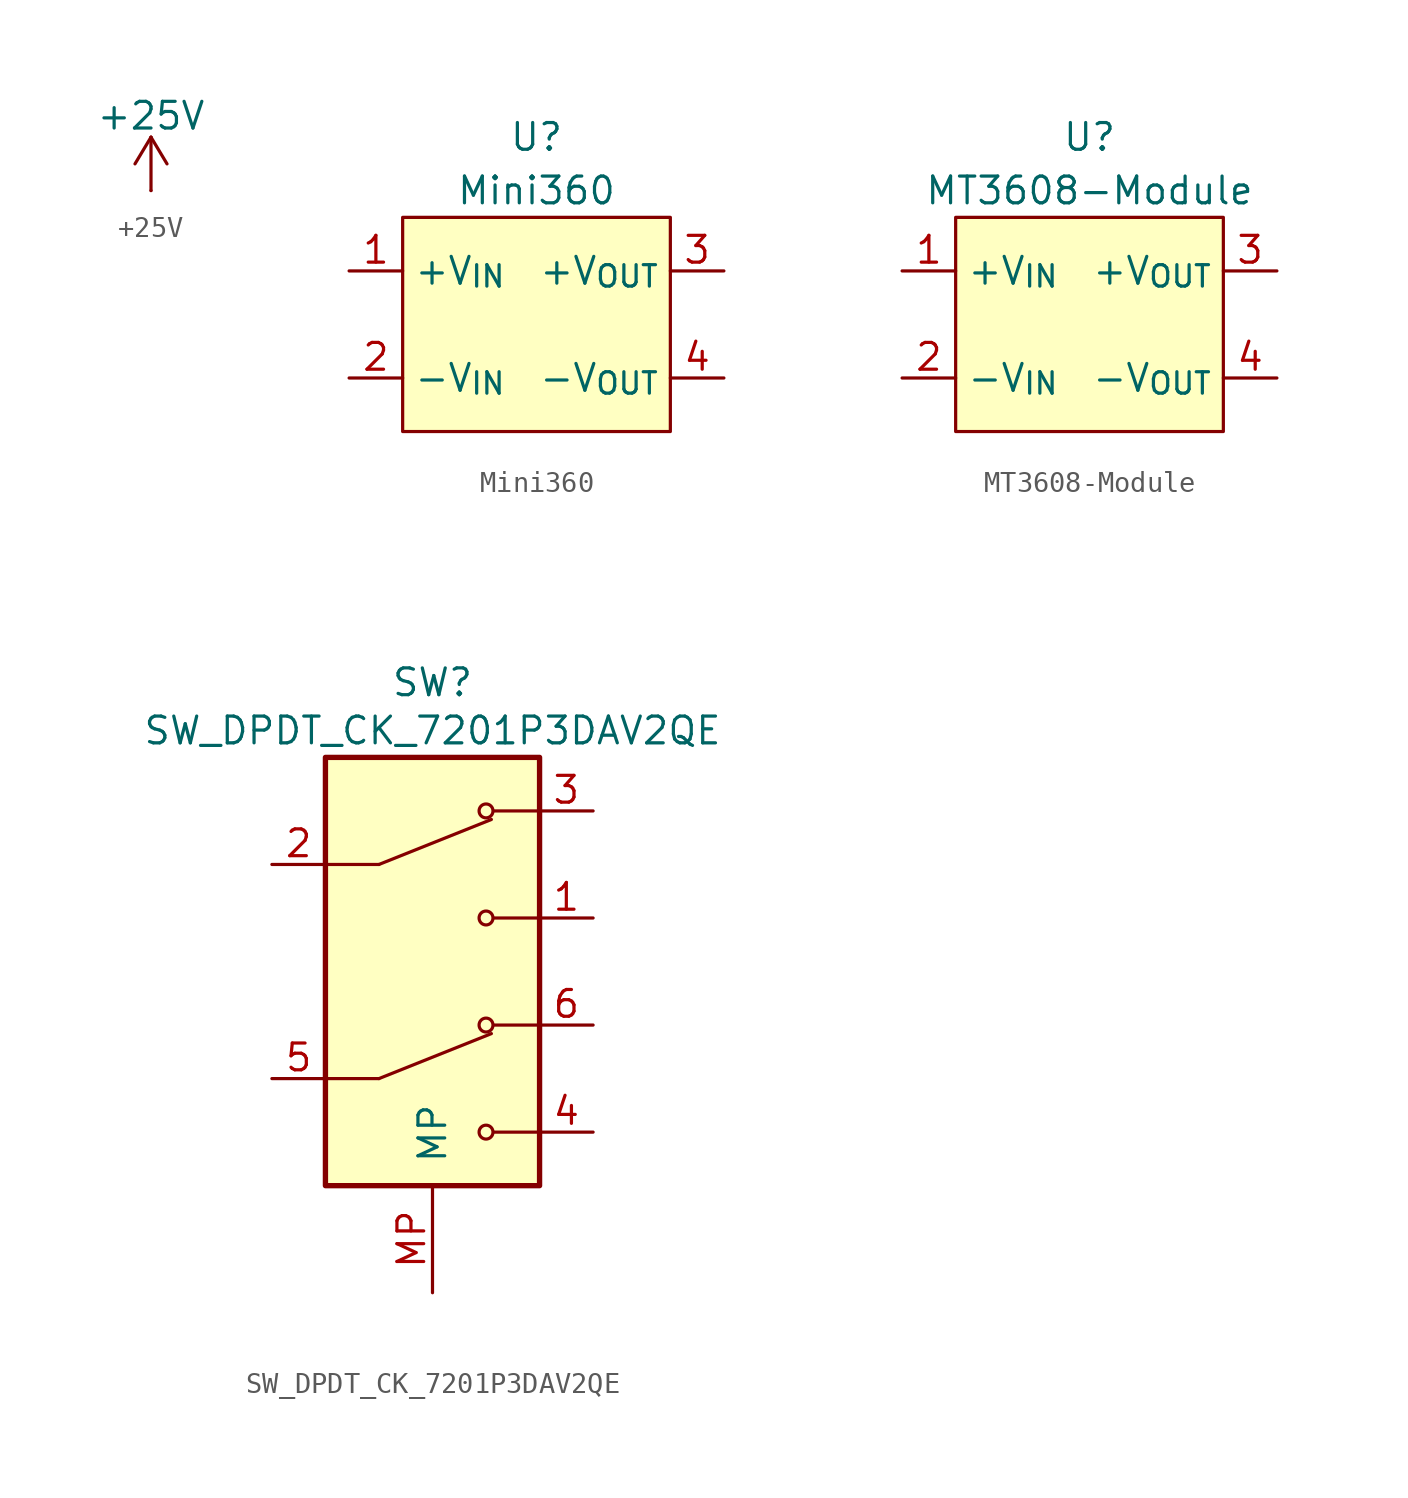
<source format=kicad_sym>
(kicad_symbol_lib
  (version 20231120)
  (generator "kicad_symbol_editor")
  (generator_version "8.0")
  (symbol "+25V"
    (power)
    (pin_numbers hide)
    (pin_names
      (offset 0) hide)
    (property "Reference" "#PWR"
      (at 0 -3.81 0)
      (effects (font (size 1.27 1.27)) (hide yes)))
    (property "Value" "+25V"
      (at 0 3.556 0)
      (effects (font (size 1.27 1.27))))
    (symbol "+25V_0_1"
      (polyline (pts (xy -0.762 1.27) (xy 0 2.54)) (stroke (width 0) (type default)) (fill (type none)))
      (polyline (pts (xy 0 0) (xy 0 2.54)) (stroke (width 0) (type default)) (fill (type none)))
      (polyline (pts (xy 0 2.54) (xy 0.762 1.27)) (stroke (width 0) (type default)) (fill (type none))))
    (symbol "+25V_1_1"
      (pin power_in line (at 0 0 90) (length 0) (name "~" (effects (font (size 1.27 1.27)))) (number "1" (effects (font (size 1.27 1.27)))))))
  (symbol "Mini360"
    (property "Reference" "U"
      (at 0 3.81 0)
      (effects (font (size 1.27 1.27))))
    (property "Value" "Mini360"
      (at 0 1.27 0)
      (effects (font (size 1.27 1.27))))
    (symbol "Mini360_1_1"
      (rectangle (start -6.35 0) (end 6.35 -10.16) (stroke (width 0) (type default)) (fill (type background)))
      (pin power_in line (at -8.89 -2.54 0) (length 2.54) (name "+V_{IN}" (effects (font (size 1.27 1.27)))) (number "1" (effects (font (size 1.27 1.27)))))
      (pin power_in line (at -8.89 -7.62 0) (length 2.54) (name "-V_{IN}" (effects (font (size 1.27 1.27)))) (number "2" (effects (font (size 1.27 1.27)))))
      (pin power_out line (at 8.89 -2.54 180) (length 2.54) (name "+V_{OUT}" (effects (font (size 1.27 1.27)))) (number "3" (effects (font (size 1.27 1.27)))))
      (pin passive line (at 8.89 -7.62 180) (length 2.54) (name "-V_{OUT}" (effects (font (size 1.27 1.27)))) (number "4" (effects (font (size 1.27 1.27)))))))
  (symbol "MT3608-Module"
    (property "Reference" "U"
      (at 0 3.81 0)
      (effects (font (size 1.27 1.27))))
    (property "Value" "MT3608-Module"
      (at 0 1.27 0)
      (effects (font (size 1.27 1.27))))
    (symbol "MT3608-Module_1_1"
      (rectangle (start -6.35 0) (end 6.35 -10.16) (stroke (width 0) (type default)) (fill (type background)))
      (pin power_in line (at -8.89 -2.54 0) (length 2.54) (name "+V_{IN}" (effects (font (size 1.27 1.27)))) (number "1" (effects (font (size 1.27 1.27)))))
      (pin power_in line (at -8.89 -7.62 0) (length 2.54) (name "-V_{IN}" (effects (font (size 1.27 1.27)))) (number "2" (effects (font (size 1.27 1.27)))))
      (pin power_out line (at 8.89 -2.54 180) (length 2.54) (name "+V_{OUT}" (effects (font (size 1.27 1.27)))) (number "3" (effects (font (size 1.27 1.27)))))
      (pin passive line (at 8.89 -7.62 180) (length 2.54) (name "-V_{OUT}" (effects (font (size 1.27 1.27)))) (number "4" (effects (font (size 1.27 1.27)))))))
  (symbol "SW_DPDT_CK_7201P3DAV2QE"
    (pin_names
      (offset 1.016))
    (property "Reference" "SW"
      (at 0 13.716 0)
      (effects (font (size 1.27 1.27))))
    (property "Value" "SW_DPDT_CK_7201P3DAV2QE"
      (at 0 11.43 0)
      (effects (font (size 1.27 1.27))))
    (symbol "SW_DPDT_CK_7201P3DAV2QE_0_0"
      (rectangle (start -5.08 10.16) (end 5.08 -10.16) (stroke (width 0.254) (type default)) (fill (type background)))
      (polyline (pts (xy -2.54 -5.08) (xy -5.08 -5.08)) (stroke (width 0.152) (type default)) (fill (type none)))
      (polyline (pts (xy -2.54 -5.08) (xy 2.794 -2.946)) (stroke (width 0.152) (type default)) (fill (type none)))
      (polyline (pts (xy -2.54 5.08) (xy -5.08 5.08)) (stroke (width 0.152) (type default)) (fill (type none)))
      (polyline (pts (xy -2.54 5.08) (xy 2.794 7.214)) (stroke (width 0.152) (type default)) (fill (type none)))
      (polyline (pts (xy 5.08 -7.62) (xy 2.921 -7.62)) (stroke (width 0.152) (type default)) (fill (type none)))
      (polyline (pts (xy 5.08 -2.54) (xy 2.921 -2.54)) (stroke (width 0.152) (type default)) (fill (type none)))
      (polyline (pts (xy 5.08 2.54) (xy 2.921 2.54)) (stroke (width 0.152) (type default)) (fill (type none)))
      (polyline (pts (xy 5.08 7.62) (xy 2.921 7.62)) (stroke (width 0.152) (type default)) (fill (type none)))
      (circle (center 2.54 -7.62) (radius 0.33) (stroke (width 0.152) (type default)) (fill (type none)))
      (circle (center 2.54 -2.54) (radius 0.33) (stroke (width 0.152) (type default)) (fill (type none)))
      (circle (center 2.54 2.54) (radius 0.33) (stroke (width 0.152) (type default)) (fill (type none)))
      (circle (center 2.54 7.62) (radius 0.33) (stroke (width 0.152) (type default)) (fill (type none))))
    (symbol "SW_DPDT_CK_7201P3DAV2QE_1_0"
      (pin passive line (at 7.62 2.54 180) (length 2.54) (name "~" (effects (font (size 1.27 1.27)))) (number "1" (effects (font (size 1.27 1.27)))))
      (pin passive line (at -7.62 5.08 0) (length 2.54) (name "~" (effects (font (size 1.27 1.27)))) (number "2" (effects (font (size 1.27 1.27)))))
      (pin passive line (at 7.62 7.62 180) (length 2.54) (name "~" (effects (font (size 1.27 1.27)))) (number "3" (effects (font (size 1.27 1.27)))))
      (pin passive line (at 7.62 -7.62 180) (length 2.54) (name "~" (effects (font (size 1.27 1.27)))) (number "4" (effects (font (size 1.27 1.27)))))
      (pin passive line (at -7.62 -5.08 0) (length 2.54) (name "~" (effects (font (size 1.27 1.27)))) (number "5" (effects (font (size 1.27 1.27)))))
      (pin passive line (at 7.62 -2.54 180) (length 2.54) (name "~" (effects (font (size 1.27 1.27)))) (number "6" (effects (font (size 1.27 1.27)))))
      (pin passive line (at 0 -15.24 90) (length 5.08) (name "MP" (effects (font (size 1.27 1.27)))) (number "MP" (effects (font (size 1.27 1.27))))))))
</source>
